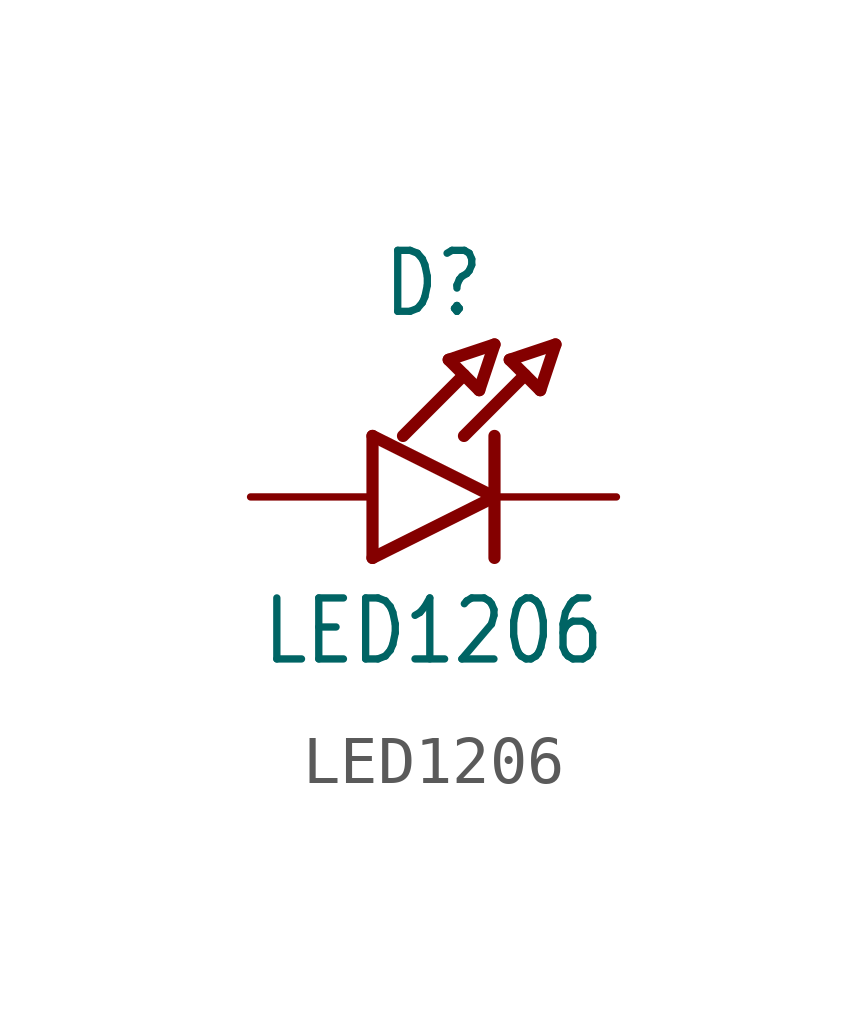
<source format=kicad_sym>
(kicad_symbol_lib
  (version 20201005)
  (generator kicad_symbol_editor)
  (symbol "LED1206"
    (property "Reference" "D"
      (at -1.27 4.445 0)
      (effects (font (size 1.27 1.079))))
    (property "Value" "LED1206"
      (at -1.27 -2.794 0)
      (effects (font (size 1.27 1.079))))
    (property "ki_locked" ""
      (at 0 0 0)
      (effects (font (size 1.27 1.27))))
    (symbol "LED1206_1_0"
      (polyline (pts (xy -2.54 -1.27) (xy 0 0)) (stroke (width 0.254)) (fill (type none)))
      (polyline (pts (xy -2.54 1.27) (xy -2.54 -1.27)) (stroke (width 0.254)) (fill (type none)))
      (polyline (pts (xy -1.905 1.27) (xy -0.635 2.54)) (stroke (width 0.254)) (fill (type none)))
      (polyline (pts (xy -0.953 2.857) (xy -0.318 2.223)) (stroke (width 0.254)) (fill (type none)))
      (polyline (pts (xy -0.635 1.27) (xy 0.635 2.54)) (stroke (width 0.254)) (fill (type none)))
      (polyline (pts (xy -0.318 2.223) (xy 0 3.175)) (stroke (width 0.254)) (fill (type none)))
      (polyline (pts (xy 0 0) (xy -2.54 1.27)) (stroke (width 0.254)) (fill (type none)))
      (polyline (pts (xy 0 0) (xy 0 -1.27)) (stroke (width 0.254)) (fill (type none)))
      (polyline (pts (xy 0 1.27) (xy 0 0)) (stroke (width 0.254)) (fill (type none)))
      (polyline (pts (xy 0 3.175) (xy -0.953 2.857)) (stroke (width 0.254)) (fill (type none)))
      (polyline (pts (xy 0.318 2.857) (xy 0.953 2.223)) (stroke (width 0.254)) (fill (type none)))
      (polyline (pts (xy 0.953 2.223) (xy 1.27 3.175)) (stroke (width 0.254)) (fill (type none)))
      (polyline (pts (xy 1.27 3.175) (xy 0.318 2.857)) (stroke (width 0.254)) (fill (type none)))
      (pin passive line (at -5.08 0 0) (length 2.54) (name "A" (effects (font (size 0 0)))) (number "A" (effects (font (size 0 0)))))
      (pin passive line (at 2.54 0 180) (length 2.54) (name "C" (effects (font (size 0 0)))) (number "C" (effects (font (size 0 0))))))))
</source>
